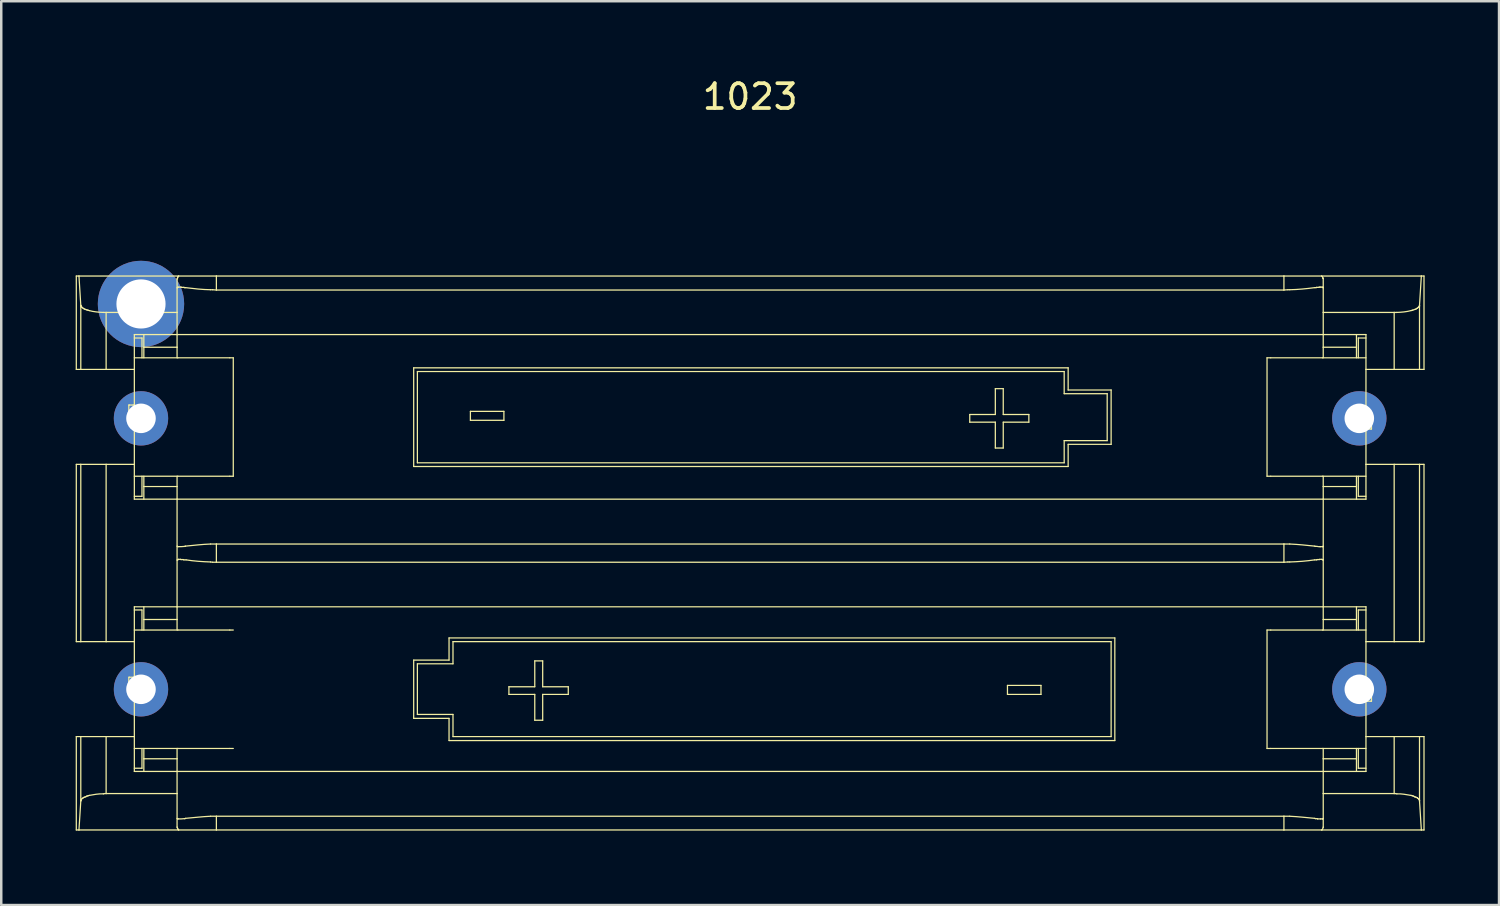
<source format=kicad_pcb>
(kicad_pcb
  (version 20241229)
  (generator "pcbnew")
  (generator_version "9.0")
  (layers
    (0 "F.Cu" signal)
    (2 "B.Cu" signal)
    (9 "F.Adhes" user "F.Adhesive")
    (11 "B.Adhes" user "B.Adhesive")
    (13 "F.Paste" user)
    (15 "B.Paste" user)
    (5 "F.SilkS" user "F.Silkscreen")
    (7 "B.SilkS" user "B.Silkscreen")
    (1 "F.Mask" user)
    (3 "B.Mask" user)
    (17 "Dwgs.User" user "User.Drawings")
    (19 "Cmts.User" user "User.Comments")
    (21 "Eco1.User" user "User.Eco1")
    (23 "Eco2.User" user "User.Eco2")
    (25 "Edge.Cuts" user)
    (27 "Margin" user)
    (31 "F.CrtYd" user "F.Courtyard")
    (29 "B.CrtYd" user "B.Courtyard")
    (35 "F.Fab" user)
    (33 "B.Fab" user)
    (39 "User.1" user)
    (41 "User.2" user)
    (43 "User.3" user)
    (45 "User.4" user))
  (footprint "1023"
    (layer "F.Cu")
    (at 27.182 13.81)
    (property "Reference" "1023" (at 0 -12.962 0) (layer "F.SilkS") (effects (font (size 1 1) (thickness 0.15))))
    (attr through_hole)
    (fp_line (start -27.157 12.826) (end -26.976 12.826) (stroke (width 0.05) (type solid)) (layer "F.SilkS"))
    (fp_line (start -27.157 16.589) (end -27.157 12.826) (stroke (width 0.05) (type solid)) (layer "F.SilkS"))
    (fp_line (start -27.157 -5.736) (end -27.05 -5.736) (stroke (width 0.05) (type solid)) (layer "F.SilkS"))
    (fp_line (start -27.157 -1.973) (end -27.157 -5.736) (stroke (width 0.05) (type solid)) (layer "F.SilkS"))
    (fp_line (start -27.157 -1.973) (end -26.976 -1.973) (stroke (width 0.05) (type solid)) (layer "F.SilkS"))
    (fp_line (start -27.157 1.855) (end -27.157 8.999) (stroke (width 0.05) (type solid)) (layer "F.SilkS"))
    (fp_line (start -27.157 8.999) (end -26.976 8.999) (stroke (width 0.05) (type solid)) (layer "F.SilkS"))
    (fp_line (start -27.05 16.589) (end -27.157 16.589) (stroke (width 0.05) (type solid)) (layer "F.SilkS"))
    (fp_line (start -27.05 -5.736) (end -26.976 -4.556) (stroke (width 0.05) (type solid)) (layer "F.SilkS"))
    (fp_line (start -27.05 -5.736) (end -23.032 -5.736) (stroke (width 0.05) (type solid)) (layer "F.SilkS"))
    (fp_line (start -26.976 -4.556) (end -26.976 -4.545) (stroke (width 0.05) (type solid)) (layer "F.SilkS"))
    (fp_line (start -26.976 -4.545) (end -26.965 -4.524) (stroke (width 0.05) (type solid)) (layer "F.SilkS"))
    (fp_line (start -26.976 -1.973) (end -26.976 -4.556) (stroke (width 0.05) (type solid)) (layer "F.SilkS"))
    (fp_line (start -26.976 1.855) (end -25.955 1.855) (stroke (width 0.05) (type solid)) (layer "F.SilkS"))
    (fp_line (start -26.976 8.999) (end -26.976 1.855) (stroke (width 0.05) (type solid)) (layer "F.SilkS"))
    (fp_line (start -26.976 12.826) (end -25.955 12.826) (stroke (width 0.05) (type solid)) (layer "F.SilkS"))
    (fp_line (start -26.976 15.398) (end -26.976 15.42) (stroke (width 0.05) (type solid)) (layer "F.SilkS"))
    (fp_line (start -26.976 15.42) (end -27.05 16.589) (stroke (width 0.05) (type solid)) (layer "F.SilkS"))
    (fp_line (start -26.976 15.42) (end -26.976 12.826) (stroke (width 0.05) (type solid)) (layer "F.SilkS"))
    (fp_line (start -26.976 1.855) (end -27.157 1.855) (stroke (width 0.05) (type solid)) (layer "F.SilkS"))
    (fp_line (start -26.965 -4.524) (end -26.965 -4.513) (stroke (width 0.05) (type solid)) (layer "F.SilkS"))
    (fp_line (start -26.965 -4.513) (end -26.955 -4.492) (stroke (width 0.05) (type solid)) (layer "F.SilkS"))
    (fp_line (start -26.965 15.367) (end -26.965 15.388) (stroke (width 0.05) (type solid)) (layer "F.SilkS"))
    (fp_line (start -26.965 15.388) (end -26.976 15.398) (stroke (width 0.05) (type solid)) (layer "F.SilkS"))
    (fp_line (start -26.955 -4.492) (end -26.933 -4.481) (stroke (width 0.05) (type solid)) (layer "F.SilkS"))
    (fp_line (start -26.933 -4.481) (end -26.902 -4.45) (stroke (width 0.05) (type solid)) (layer "F.SilkS"))
    (fp_line (start -26.923 15.324) (end -26.965 15.367) (stroke (width 0.05) (type solid)) (layer "F.SilkS"))
    (fp_line (start -26.902 -4.45) (end -26.859 -4.428) (stroke (width 0.05) (type solid)) (layer "F.SilkS"))
    (fp_line (start -26.902 15.313) (end -26.923 15.324) (stroke (width 0.05) (type solid)) (layer "F.SilkS"))
    (fp_line (start -26.88 15.292) (end -26.902 15.313) (stroke (width 0.05) (type solid)) (layer "F.SilkS"))
    (fp_line (start -26.859 -4.428) (end -26.838 -4.407) (stroke (width 0.05) (type solid)) (layer "F.SilkS"))
    (fp_line (start -26.859 15.281) (end -26.88 15.292) (stroke (width 0.05) (type solid)) (layer "F.SilkS"))
    (fp_line (start -26.838 -4.407) (end -26.806 -4.396) (stroke (width 0.05) (type solid)) (layer "F.SilkS"))
    (fp_line (start -26.838 15.271) (end -26.859 15.281) (stroke (width 0.05) (type solid)) (layer "F.SilkS"))
    (fp_line (start -26.806 -4.396) (end -26.774 -4.386) (stroke (width 0.05) (type solid)) (layer "F.SilkS"))
    (fp_line (start -26.806 15.26) (end -26.838 15.271) (stroke (width 0.05) (type solid)) (layer "F.SilkS"))
    (fp_line (start -26.774 -4.386) (end -26.742 -4.375) (stroke (width 0.05) (type solid)) (layer "F.SilkS"))
    (fp_line (start -26.774 15.25) (end -26.806 15.26) (stroke (width 0.05) (type solid)) (layer "F.SilkS"))
    (fp_line (start -26.742 -4.375) (end -26.71 -4.364) (stroke (width 0.05) (type solid)) (layer "F.SilkS"))
    (fp_line (start -26.742 15.228) (end -26.774 15.25) (stroke (width 0.05) (type solid)) (layer "F.SilkS"))
    (fp_line (start -26.71 -4.364) (end -26.668 -4.354) (stroke (width 0.05) (type solid)) (layer "F.SilkS"))
    (fp_line (start -26.71 15.218) (end -26.742 15.228) (stroke (width 0.05) (type solid)) (layer "F.SilkS"))
    (fp_line (start -26.668 -4.354) (end -26.636 -4.343) (stroke (width 0.05) (type solid)) (layer "F.SilkS"))
    (fp_line (start -26.668 15.207) (end -26.71 15.218) (stroke (width 0.05) (type solid)) (layer "F.SilkS"))
    (fp_line (start -26.636 15.196) (end -26.668 15.207) (stroke (width 0.05) (type solid)) (layer "F.SilkS"))
    (fp_line (start -26.062 -4.269) (end -25.955 -4.269) (stroke (width 0.05) (type solid)) (layer "F.SilkS"))
    (fp_line (start -26.009 15.122) (end -26.062 15.133) (stroke (width 0.05) (type solid)) (layer "F.SilkS"))
    (fp_line (start -25.955 -4.269) (end -25.955 -1.973) (stroke (width 0.05) (type solid)) (layer "F.SilkS"))
    (fp_line (start -25.955 -1.973) (end -26.976 -1.973) (stroke (width 0.05) (type solid)) (layer "F.SilkS"))
    (fp_line (start -25.955 15.122) (end -23.096 15.122) (stroke (width 0.05) (type solid)) (layer "F.SilkS"))
    (fp_line (start -25.955 -4.269) (end -23.096 -4.269) (stroke (width 0.05) (type solid)) (layer "F.SilkS"))
    (fp_line (start -25.955 1.855) (end -25.955 8.999) (stroke (width 0.05) (type solid)) (layer "F.SilkS"))
    (fp_line (start -25.955 8.999) (end -26.976 8.999) (stroke (width 0.05) (type solid)) (layer "F.SilkS"))
    (fp_line (start -25.955 12.826) (end -25.955 15.122) (stroke (width 0.05) (type solid)) (layer "F.SilkS"))
    (fp_line (start -25.955 15.122) (end -26.009 15.122) (stroke (width 0.05) (type solid)) (layer "F.SilkS"))
    (fp_line (start -25.041 -0.537) (end -25.041 -0.059) (stroke (width 0.05) (type solid)) (layer "F.SilkS"))
    (fp_line (start -25.041 10.434) (end -25.041 10.902) (stroke (width 0.05) (type solid)) (layer "F.SilkS"))
    (fp_line (start -25.02 -0.537) (end -25.031 -0.537) (stroke (width 0.05) (type solid)) (layer "F.SilkS"))
    (fp_line (start -25.02 -0.059) (end -25.031 -0.059) (stroke (width 0.05) (type solid)) (layer "F.SilkS"))
    (fp_line (start -25.02 10.434) (end -25.031 10.434) (stroke (width 0.05) (type solid)) (layer "F.SilkS"))
    (fp_line (start -25.02 10.902) (end -25.031 10.902) (stroke (width 0.05) (type solid)) (layer "F.SilkS"))
    (fp_line (start -24.818 8.531) (end -23.064 8.531) (stroke (width 0.05) (type solid)) (layer "F.SilkS"))
    (fp_line (start -24.818 8.999) (end -24.818 12.826) (stroke (width 0.05) (type solid)) (layer "F.SilkS"))
    (fp_line (start -24.818 -3.376) (end -23.096 -3.376) (stroke (width 0.05) (type solid)) (layer "F.SilkS"))
    (fp_line (start -24.818 -3.238) (end -24.51 -3.238) (stroke (width 0.05) (type solid)) (layer "F.SilkS"))
    (fp_line (start -24.818 -2.44) (end -23.064 -2.44) (stroke (width 0.05) (type solid)) (layer "F.SilkS"))
    (fp_line (start -24.818 -1.973) (end -25.955 -1.973) (stroke (width 0.05) (type solid)) (layer "F.SilkS"))
    (fp_line (start -24.818 -1.973) (end -24.818 -3.376) (stroke (width 0.05) (type solid)) (layer "F.SilkS"))
    (fp_line (start -24.818 -1.973) (end -24.818 1.855) (stroke (width 0.05) (type solid)) (layer "F.SilkS"))
    (fp_line (start -24.818 -0.537) (end -24.86 -0.537) (stroke (width 0.05) (type solid)) (layer "F.SilkS"))
    (fp_line (start -24.818 -0.059) (end -24.86 -0.059) (stroke (width 0.05) (type solid)) (layer "F.SilkS"))
    (fp_line (start -24.818 1.855) (end -25.955 1.855) (stroke (width 0.05) (type solid)) (layer "F.SilkS"))
    (fp_line (start -24.818 1.855) (end -24.818 3.258) (stroke (width 0.05) (type solid)) (layer "F.SilkS"))
    (fp_line (start -24.818 3.141) (end -24.51 3.141) (stroke (width 0.05) (type solid)) (layer "F.SilkS"))
    (fp_line (start -24.818 3.258) (end -23.096 3.258) (stroke (width 0.05) (type solid)) (layer "F.SilkS"))
    (fp_line (start -24.818 7.595) (end -23.096 7.595) (stroke (width 0.05) (type solid)) (layer "F.SilkS"))
    (fp_line (start -24.818 7.723) (end -24.51 7.723) (stroke (width 0.05) (type solid)) (layer "F.SilkS"))
    (fp_line (start -24.818 8.999) (end -25.955 8.999) (stroke (width 0.05) (type solid)) (layer "F.SilkS"))
    (fp_line (start -24.818 8.999) (end -24.818 7.595) (stroke (width 0.05) (type solid)) (layer "F.SilkS"))
    (fp_line (start -24.818 10.434) (end -24.86 10.434) (stroke (width 0.05) (type solid)) (layer "F.SilkS"))
    (fp_line (start -24.818 10.902) (end -24.86 10.902) (stroke (width 0.05) (type solid)) (layer "F.SilkS"))
    (fp_line (start -24.818 12.826) (end -25.955 12.826) (stroke (width 0.05) (type solid)) (layer "F.SilkS"))
    (fp_line (start -24.818 14.101) (end -24.51 14.101) (stroke (width 0.05) (type solid)) (layer "F.SilkS"))
    (fp_line (start -24.818 14.229) (end -24.818 12.826) (stroke (width 0.05) (type solid)) (layer "F.SilkS"))
    (fp_line (start -24.51 -3.238) (end -24.51 -2.44) (stroke (width 0.05) (type solid)) (layer "F.SilkS"))
    (fp_line (start -24.51 3.141) (end -24.51 2.333) (stroke (width 0.05) (type solid)) (layer "F.SilkS"))
    (fp_line (start -24.51 7.723) (end -24.51 8.531) (stroke (width 0.05) (type solid)) (layer "F.SilkS"))
    (fp_line (start -24.51 14.101) (end -24.51 13.304) (stroke (width 0.05) (type solid)) (layer "F.SilkS"))
    (fp_line (start -24.435 -3.376) (end -24.435 -2.866) (stroke (width 0.05) (type solid)) (layer "F.SilkS"))
    (fp_line (start -24.435 -2.866) (end -24.435 -2.44) (stroke (width 0.05) (type solid)) (layer "F.SilkS"))
    (fp_line (start -24.435 -2.866) (end -23.096 -2.866) (stroke (width 0.05) (type solid)) (layer "F.SilkS"))
    (fp_line (start -24.435 2.333) (end -24.435 2.748) (stroke (width 0.05) (type solid)) (layer "F.SilkS"))
    (fp_line (start -24.435 2.748) (end -24.435 3.258) (stroke (width 0.05) (type solid)) (layer "F.SilkS"))
    (fp_line (start -24.435 8.106) (end -24.435 8.531) (stroke (width 0.05) (type solid)) (layer "F.SilkS"))
    (fp_line (start -24.435 8.106) (end -24.435 7.595) (stroke (width 0.05) (type solid)) (layer "F.SilkS"))
    (fp_line (start -24.435 13.304) (end -24.435 13.719) (stroke (width 0.05) (type solid)) (layer "F.SilkS"))
    (fp_line (start -24.435 13.719) (end -24.435 14.229) (stroke (width 0.05) (type solid)) (layer "F.SilkS"))
    (fp_line (start -23.096 -5.608) (end -23.096 -4.269) (stroke (width 0.05) (type solid)) (layer "F.SilkS"))
    (fp_line (start -23.096 -3.376) (end 23.096 -3.376) (stroke (width 0.05) (type solid)) (layer "F.SilkS"))
    (fp_line (start -23.096 3.258) (end 23.096 3.258) (stroke (width 0.05) (type solid)) (layer "F.SilkS"))
    (fp_line (start -23.096 5.15) (end -23.085 5.161) (stroke (width 0.05) (type solid)) (layer "F.SilkS"))
    (fp_line (start -23.096 7.595) (end 23.096 7.595) (stroke (width 0.05) (type solid)) (layer "F.SilkS"))
    (fp_line (start -23.096 14.229) (end 23.096 14.229) (stroke (width 0.05) (type solid)) (layer "F.SilkS"))
    (fp_line (start -23.096 16.121) (end -23.085 16.132) (stroke (width 0.05) (type solid)) (layer "F.SilkS"))
    (fp_line (start -23.096 -4.269) (end -23.096 -3.376) (stroke (width 0.05) (type solid)) (layer "F.SilkS"))
    (fp_line (start -23.096 -2.866) (end -23.096 -2.44) (stroke (width 0.05) (type solid)) (layer "F.SilkS"))
    (fp_line (start -23.096 -2.866) (end -23.096 -3.376) (stroke (width 0.05) (type solid)) (layer "F.SilkS"))
    (fp_line (start -23.096 2.333) (end -23.096 2.748) (stroke (width 0.05) (type solid)) (layer "F.SilkS"))
    (fp_line (start -23.096 2.748) (end -24.435 2.748) (stroke (width 0.05) (type solid)) (layer "F.SilkS"))
    (fp_line (start -23.096 3.258) (end -23.096 2.748) (stroke (width 0.05) (type solid)) (layer "F.SilkS"))
    (fp_line (start -23.096 3.258) (end -23.096 7.595) (stroke (width 0.05) (type solid)) (layer "F.SilkS"))
    (fp_line (start -23.096 7.595) (end -23.096 8.106) (stroke (width 0.05) (type solid)) (layer "F.SilkS"))
    (fp_line (start -23.096 8.106) (end -23.096 8.531) (stroke (width 0.05) (type solid)) (layer "F.SilkS"))
    (fp_line (start -23.096 8.106) (end -24.435 8.106) (stroke (width 0.05) (type solid)) (layer "F.SilkS"))
    (fp_line (start -23.096 13.304) (end -23.096 13.719) (stroke (width 0.05) (type solid)) (layer "F.SilkS"))
    (fp_line (start -23.096 13.719) (end -24.435 13.719) (stroke (width 0.05) (type solid)) (layer "F.SilkS"))
    (fp_line (start -23.096 13.719) (end -23.096 14.229) (stroke (width 0.05) (type solid)) (layer "F.SilkS"))
    (fp_line (start -23.096 14.229) (end -24.818 14.229) (stroke (width 0.05) (type solid)) (layer "F.SilkS"))
    (fp_line (start -23.096 14.229) (end -23.096 15.122) (stroke (width 0.05) (type solid)) (layer "F.SilkS"))
    (fp_line (start -23.096 15.122) (end -23.096 16.472) (stroke (width 0.05) (type solid)) (layer "F.SilkS"))
    (fp_line (start -23.096 16.472) (end -23.085 16.483) (stroke (width 0.05) (type solid)) (layer "F.SilkS"))
    (fp_line (start -23.085 -5.64) (end -23.085 -5.63) (stroke (width 0.05) (type solid)) (layer "F.SilkS"))
    (fp_line (start -23.085 -5.63) (end -23.096 -5.608) (stroke (width 0.05) (type solid)) (layer "F.SilkS"))
    (fp_line (start -23.085 -5.268) (end -23.096 -5.257) (stroke (width 0.05) (type solid)) (layer "F.SilkS"))
    (fp_line (start -23.085 5.161) (end -23.074 5.161) (stroke (width 0.05) (type solid)) (layer "F.SilkS"))
    (fp_line (start -23.085 5.703) (end -23.096 5.714) (stroke (width 0.05) (type solid)) (layer "F.SilkS"))
    (fp_line (start -23.085 16.132) (end -23.074 16.132) (stroke (width 0.05) (type solid)) (layer "F.SilkS"))
    (fp_line (start -23.085 16.483) (end -23.085 16.504) (stroke (width 0.05) (type solid)) (layer "F.SilkS"))
    (fp_line (start -23.085 16.504) (end -23.074 16.525) (stroke (width 0.05) (type solid)) (layer "F.SilkS"))
    (fp_line (start -23.074 -5.683) (end -23.074 -5.661) (stroke (width 0.05) (type solid)) (layer "F.SilkS"))
    (fp_line (start -23.074 -5.661) (end -23.085 -5.64) (stroke (width 0.05) (type solid)) (layer "F.SilkS"))
    (fp_line (start -23.074 -5.279) (end -23.085 -5.268) (stroke (width 0.05) (type solid)) (layer "F.SilkS"))
    (fp_line (start -23.074 5.161) (end -23.074 5.171) (stroke (width 0.05) (type solid)) (layer "F.SilkS"))
    (fp_line (start -23.074 5.171) (end -23.053 5.171) (stroke (width 0.05) (type solid)) (layer "F.SilkS"))
    (fp_line (start -23.074 5.692) (end -23.074 5.703) (stroke (width 0.05) (type solid)) (layer "F.SilkS"))
    (fp_line (start -23.074 5.703) (end -23.085 5.703) (stroke (width 0.05) (type solid)) (layer "F.SilkS"))
    (fp_line (start -23.074 16.132) (end -23.074 16.143) (stroke (width 0.05) (type solid)) (layer "F.SilkS"))
    (fp_line (start -23.074 16.143) (end -23.053 16.143) (stroke (width 0.05) (type solid)) (layer "F.SilkS"))
    (fp_line (start -23.074 16.525) (end -23.074 16.536) (stroke (width 0.05) (type solid)) (layer "F.SilkS"))
    (fp_line (start -23.074 16.536) (end -23.064 16.557) (stroke (width 0.05) (type solid)) (layer "F.SilkS"))
    (fp_line (start -23.064 13.304) (end -24.818 13.304) (stroke (width 0.05) (type solid)) (layer "F.SilkS"))
    (fp_line (start -23.064 -5.704) (end -23.074 -5.683) (stroke (width 0.05) (type solid)) (layer "F.SilkS"))
    (fp_line (start -23.064 -5.279) (end -23.074 -5.279) (stroke (width 0.05) (type solid)) (layer "F.SilkS"))
    (fp_line (start -23.064 -2.44) (end -20.97 -2.44) (stroke (width 0.05) (type solid)) (layer "F.SilkS"))
    (fp_line (start -23.064 2.333) (end -24.818 2.333) (stroke (width 0.05) (type solid)) (layer "F.SilkS"))
    (fp_line (start -23.064 8.531) (end -20.97 8.531) (stroke (width 0.05) (type solid)) (layer "F.SilkS"))
    (fp_line (start -23.064 16.557) (end -23.043 16.578) (stroke (width 0.05) (type solid)) (layer "F.SilkS"))
    (fp_line (start -23.053 -5.289) (end -23.064 -5.279) (stroke (width 0.05) (type solid)) (layer "F.SilkS"))
    (fp_line (start -23.053 5.692) (end -23.074 5.692) (stroke (width 0.05) (type solid)) (layer "F.SilkS"))
    (fp_line (start -23.043 5.682) (end -23.053 5.692) (stroke (width 0.05) (type solid)) (layer "F.SilkS"))
    (fp_line (start -23.043 -5.715) (end -23.064 -5.704) (stroke (width 0.05) (type solid)) (layer "F.SilkS"))
    (fp_line (start -23.043 16.578) (end -23.032 16.589) (stroke (width 0.05) (type solid)) (layer "F.SilkS"))
    (fp_line (start -23.032 -5.736) (end -23.043 -5.715) (stroke (width 0.05) (type solid)) (layer "F.SilkS"))
    (fp_line (start -23.032 -5.736) (end -21.512 -5.736) (stroke (width 0.05) (type solid)) (layer "F.SilkS"))
    (fp_line (start -23.032 16.589) (end -27.05 16.589) (stroke (width 0.05) (type solid)) (layer "F.SilkS"))
    (fp_line (start -22.936 -5.289) (end -23.053 -5.289) (stroke (width 0.05) (type solid)) (layer "F.SilkS"))
    (fp_line (start -22.936 5.692) (end -22.958 5.682) (stroke (width 0.05) (type solid)) (layer "F.SilkS"))
    (fp_line (start -22.926 -5.279) (end -22.936 -5.289) (stroke (width 0.05) (type solid)) (layer "F.SilkS"))
    (fp_line (start -22.841 5.692) (end -22.936 5.692) (stroke (width 0.05) (type solid)) (layer "F.SilkS"))
    (fp_line (start -22.819 -5.279) (end -22.926 -5.279) (stroke (width 0.05) (type solid)) (layer "F.SilkS"))
    (fp_line (start -22.819 5.703) (end -22.841 5.692) (stroke (width 0.05) (type solid)) (layer "F.SilkS"))
    (fp_line (start -22.798 -5.268) (end -22.819 -5.279) (stroke (width 0.05) (type solid)) (layer "F.SilkS"))
    (fp_line (start -22.798 5.161) (end -22.777 5.161) (stroke (width 0.05) (type solid)) (layer "F.SilkS"))
    (fp_line (start -22.798 16.132) (end -22.777 16.132) (stroke (width 0.05) (type solid)) (layer "F.SilkS"))
    (fp_line (start -22.777 5.161) (end -22.756 5.15) (stroke (width 0.05) (type solid)) (layer "F.SilkS"))
    (fp_line (start -22.777 16.132) (end -22.756 16.121) (stroke (width 0.05) (type solid)) (layer "F.SilkS"))
    (fp_line (start -22.756 -5.268) (end -22.798 -5.268) (stroke (width 0.05) (type solid)) (layer "F.SilkS"))
    (fp_line (start -22.734 5.703) (end -22.819 5.703) (stroke (width 0.05) (type solid)) (layer "F.SilkS"))
    (fp_line (start -21.746 5.065) (end -21.512 5.065) (stroke (width 0.05) (type solid)) (layer "F.SilkS"))
    (fp_line (start -21.746 16.036) (end -21.512 16.036) (stroke (width 0.05) (type solid)) (layer "F.SilkS"))
    (fp_line (start -21.661 -5.183) (end -21.746 -5.183) (stroke (width 0.05) (type solid)) (layer "F.SilkS"))
    (fp_line (start -21.661 5.799) (end -21.746 5.788) (stroke (width 0.05) (type solid)) (layer "F.SilkS"))
    (fp_line (start -21.512 -5.736) (end 21.512 -5.736) (stroke (width 0.05) (type solid)) (layer "F.SilkS"))
    (fp_line (start -21.512 -5.172) (end -21.661 -5.183) (stroke (width 0.05) (type solid)) (layer "F.SilkS"))
    (fp_line (start -21.512 -5.172) (end 21.512 -5.172) (stroke (width 0.05) (type solid)) (layer "F.SilkS"))
    (fp_line (start -21.512 5.065) (end -21.512 5.799) (stroke (width 0.05) (type solid)) (layer "F.SilkS"))
    (fp_line (start -21.512 5.065) (end 21.512 5.065) (stroke (width 0.05) (type solid)) (layer "F.SilkS"))
    (fp_line (start -21.512 5.799) (end -21.661 5.799) (stroke (width 0.05) (type solid)) (layer "F.SilkS"))
    (fp_line (start -21.512 5.799) (end 21.512 5.799) (stroke (width 0.05) (type solid)) (layer "F.SilkS"))
    (fp_line (start -21.512 16.036) (end 21.512 16.036) (stroke (width 0.05) (type solid)) (layer "F.SilkS"))
    (fp_line (start -21.512 16.036) (end -21.512 16.589) (stroke (width 0.05) (type solid)) (layer "F.SilkS"))
    (fp_line (start -21.512 16.589) (end -23.032 16.589) (stroke (width 0.05) (type solid)) (layer "F.SilkS"))
    (fp_line (start -21.512 16.589) (end 21.512 16.589) (stroke (width 0.05) (type solid)) (layer "F.SilkS"))
    (fp_line (start -21.512 -5.736) (end -21.512 -5.172) (stroke (width 0.05) (type solid)) (layer "F.SilkS"))
    (fp_line (start -20.97 -2.44) (end -20.831 -2.44) (stroke (width 0.05) (type solid)) (layer "F.SilkS"))
    (fp_line (start -20.97 2.333) (end -23.064 2.333) (stroke (width 0.05) (type solid)) (layer "F.SilkS"))
    (fp_line (start -20.97 13.304) (end -23.064 13.304) (stroke (width 0.05) (type solid)) (layer "F.SilkS"))
    (fp_line (start -20.97 8.531) (end -20.831 8.531) (stroke (width 0.05) (type solid)) (layer "F.SilkS"))
    (fp_line (start -20.831 2.333) (end -20.97 2.333) (stroke (width 0.05) (type solid)) (layer "F.SilkS"))
    (fp_line (start -20.831 2.333) (end -20.831 -2.44) (stroke (width 0.05) (type solid)) (layer "F.SilkS"))
    (fp_line (start -20.831 13.304) (end -20.97 13.304) (stroke (width 0.05) (type solid)) (layer "F.SilkS"))
    (fp_line (start -13.56 -2.036) (end -13.56 1.94) (stroke (width 0.05) (type solid)) (layer "F.SilkS"))
    (fp_line (start -13.56 1.94) (end 12.816 1.94) (stroke (width 0.05) (type solid)) (layer "F.SilkS"))
    (fp_line (start -13.56 9.743) (end -13.56 12.092) (stroke (width 0.05) (type solid)) (layer "F.SilkS"))
    (fp_line (start -13.56 12.092) (end -12.135 12.092) (stroke (width 0.05) (type solid)) (layer "F.SilkS"))
    (fp_line (start -13.411 -1.887) (end 12.656 -1.887) (stroke (width 0.05) (type solid)) (layer "F.SilkS"))
    (fp_line (start -13.411 1.791) (end -13.411 -1.887) (stroke (width 0.05) (type solid)) (layer "F.SilkS"))
    (fp_line (start -13.411 9.892) (end -11.976 9.892) (stroke (width 0.05) (type solid)) (layer "F.SilkS"))
    (fp_line (start -13.411 11.933) (end -13.411 9.892) (stroke (width 0.05) (type solid)) (layer "F.SilkS"))
    (fp_line (start -12.135 8.85) (end -12.135 9.743) (stroke (width 0.05) (type solid)) (layer "F.SilkS"))
    (fp_line (start -12.135 9.743) (end -13.56 9.743) (stroke (width 0.05) (type solid)) (layer "F.SilkS"))
    (fp_line (start -12.135 12.092) (end -12.135 12.985) (stroke (width 0.05) (type solid)) (layer "F.SilkS"))
    (fp_line (start -12.135 12.985) (end 14.697 12.985) (stroke (width 0.05) (type solid)) (layer "F.SilkS"))
    (fp_line (start -11.976 8.999) (end 14.548 8.999) (stroke (width 0.05) (type solid)) (layer "F.SilkS"))
    (fp_line (start -11.976 9.892) (end -11.976 8.999) (stroke (width 0.05) (type solid)) (layer "F.SilkS"))
    (fp_line (start -11.976 11.933) (end -13.411 11.933) (stroke (width 0.05) (type solid)) (layer "F.SilkS"))
    (fp_line (start -11.976 12.826) (end -11.976 11.933) (stroke (width 0.05) (type solid)) (layer "F.SilkS"))
    (fp_line (start -11.274 -0.282) (end -11.274 0.079) (stroke (width 0.05) (type solid)) (layer "F.SilkS"))
    (fp_line (start -11.274 0.079) (end -9.924 0.079) (stroke (width 0.05) (type solid)) (layer "F.SilkS"))
    (fp_line (start -9.924 -0.282) (end -11.274 -0.282) (stroke (width 0.05) (type solid)) (layer "F.SilkS"))
    (fp_line (start -9.924 0.079) (end -9.924 -0.282) (stroke (width 0.05) (type solid)) (layer "F.SilkS"))
    (fp_line (start -9.722 10.817) (end -9.722 11.125) (stroke (width 0.05) (type solid)) (layer "F.SilkS"))
    (fp_line (start -9.722 11.125) (end -8.68 11.125) (stroke (width 0.05) (type solid)) (layer "F.SilkS"))
    (fp_line (start -8.68 9.775) (end -8.68 10.817) (stroke (width 0.05) (type solid)) (layer "F.SilkS"))
    (fp_line (start -8.68 10.817) (end -9.722 10.817) (stroke (width 0.05) (type solid)) (layer "F.SilkS"))
    (fp_line (start -8.68 11.125) (end -8.68 12.167) (stroke (width 0.05) (type solid)) (layer "F.SilkS"))
    (fp_line (start -8.68 12.167) (end -8.361 12.167) (stroke (width 0.05) (type solid)) (layer "F.SilkS"))
    (fp_line (start -8.361 9.775) (end -8.68 9.775) (stroke (width 0.05) (type solid)) (layer "F.SilkS"))
    (fp_line (start -8.361 10.817) (end -8.361 9.775) (stroke (width 0.05) (type solid)) (layer "F.SilkS"))
    (fp_line (start -8.361 11.125) (end -7.33 11.125) (stroke (width 0.05) (type solid)) (layer "F.SilkS"))
    (fp_line (start -8.361 12.167) (end -8.361 11.125) (stroke (width 0.05) (type solid)) (layer "F.SilkS"))
    (fp_line (start -7.33 10.817) (end -8.361 10.817) (stroke (width 0.05) (type solid)) (layer "F.SilkS"))
    (fp_line (start -7.33 11.125) (end -7.33 10.817) (stroke (width 0.05) (type solid)) (layer "F.SilkS"))
    (fp_line (start 8.85 -0.155) (end 8.85 0.154) (stroke (width 0.05) (type solid)) (layer "F.SilkS"))
    (fp_line (start 8.85 0.154) (end 9.881 0.154) (stroke (width 0.05) (type solid)) (layer "F.SilkS"))
    (fp_line (start 9.881 -1.196) (end 9.881 -0.155) (stroke (width 0.05) (type solid)) (layer "F.SilkS"))
    (fp_line (start 9.881 -0.155) (end 8.85 -0.155) (stroke (width 0.05) (type solid)) (layer "F.SilkS"))
    (fp_line (start 9.881 0.154) (end 9.881 1.196) (stroke (width 0.05) (type solid)) (layer "F.SilkS"))
    (fp_line (start 9.881 1.196) (end 10.2 1.196) (stroke (width 0.05) (type solid)) (layer "F.SilkS"))
    (fp_line (start 10.2 -1.196) (end 9.881 -1.196) (stroke (width 0.05) (type solid)) (layer "F.SilkS"))
    (fp_line (start 10.2 -0.155) (end 10.2 -1.196) (stroke (width 0.05) (type solid)) (layer "F.SilkS"))
    (fp_line (start 10.2 0.154) (end 11.232 0.154) (stroke (width 0.05) (type solid)) (layer "F.SilkS"))
    (fp_line (start 10.2 1.196) (end 10.2 0.154) (stroke (width 0.05) (type solid)) (layer "F.SilkS"))
    (fp_line (start 10.37 10.763) (end 10.37 11.125) (stroke (width 0.05) (type solid)) (layer "F.SilkS"))
    (fp_line (start 10.37 11.125) (end 11.721 11.125) (stroke (width 0.05) (type solid)) (layer "F.SilkS"))
    (fp_line (start 11.232 -0.155) (end 10.2 -0.155) (stroke (width 0.05) (type solid)) (layer "F.SilkS"))
    (fp_line (start 11.232 0.154) (end 11.232 -0.155) (stroke (width 0.05) (type solid)) (layer "F.SilkS"))
    (fp_line (start 11.721 10.763) (end 10.37 10.763) (stroke (width 0.05) (type solid)) (layer "F.SilkS"))
    (fp_line (start 11.721 11.125) (end 11.721 10.763) (stroke (width 0.05) (type solid)) (layer "F.SilkS"))
    (fp_line (start 12.656 -1.887) (end 12.656 -0.994) (stroke (width 0.05) (type solid)) (layer "F.SilkS"))
    (fp_line (start 12.656 -0.994) (end 14.389 -0.994) (stroke (width 0.05) (type solid)) (layer "F.SilkS"))
    (fp_line (start 12.656 0.898) (end 12.656 1.791) (stroke (width 0.05) (type solid)) (layer "F.SilkS"))
    (fp_line (start 12.656 1.791) (end -13.411 1.791) (stroke (width 0.05) (type solid)) (layer "F.SilkS"))
    (fp_line (start 12.816 -2.036) (end -13.56 -2.036) (stroke (width 0.05) (type solid)) (layer "F.SilkS"))
    (fp_line (start 12.816 -1.143) (end 12.816 -2.036) (stroke (width 0.05) (type solid)) (layer "F.SilkS"))
    (fp_line (start 12.816 1.047) (end 14.548 1.047) (stroke (width 0.05) (type solid)) (layer "F.SilkS"))
    (fp_line (start 12.816 1.94) (end 12.816 1.047) (stroke (width 0.05) (type solid)) (layer "F.SilkS"))
    (fp_line (start 14.389 -0.994) (end 14.389 0.898) (stroke (width 0.05) (type solid)) (layer "F.SilkS"))
    (fp_line (start 14.389 0.898) (end 12.656 0.898) (stroke (width 0.05) (type solid)) (layer "F.SilkS"))
    (fp_line (start 14.548 -1.143) (end 12.816 -1.143) (stroke (width 0.05) (type solid)) (layer "F.SilkS"))
    (fp_line (start 14.548 1.047) (end 14.548 -1.143) (stroke (width 0.05) (type solid)) (layer "F.SilkS"))
    (fp_line (start 14.548 12.826) (end -11.976 12.826) (stroke (width 0.05) (type solid)) (layer "F.SilkS"))
    (fp_line (start 14.548 12.826) (end 14.548 8.999) (stroke (width 0.05) (type solid)) (layer "F.SilkS"))
    (fp_line (start 14.697 8.85) (end -12.135 8.85) (stroke (width 0.05) (type solid)) (layer "F.SilkS"))
    (fp_line (start 14.697 12.985) (end 14.697 8.85) (stroke (width 0.05) (type solid)) (layer "F.SilkS"))
    (fp_line (start 20.831 -2.44) (end 20.98 -2.44) (stroke (width 0.05) (type solid)) (layer "F.SilkS"))
    (fp_line (start 20.831 8.531) (end 20.98 8.531) (stroke (width 0.05) (type solid)) (layer "F.SilkS"))
    (fp_line (start 20.831 -2.44) (end 20.831 2.333) (stroke (width 0.05) (type solid)) (layer "F.SilkS"))
    (fp_line (start 20.831 8.531) (end 20.831 13.304) (stroke (width 0.05) (type solid)) (layer "F.SilkS"))
    (fp_line (start 20.98 -2.44) (end 23.064 -2.44) (stroke (width 0.05) (type solid)) (layer "F.SilkS"))
    (fp_line (start 20.98 2.333) (end 20.831 2.333) (stroke (width 0.05) (type solid)) (layer "F.SilkS"))
    (fp_line (start 20.98 8.531) (end 23.064 8.531) (stroke (width 0.05) (type solid)) (layer "F.SilkS"))
    (fp_line (start 20.98 13.304) (end 20.831 13.304) (stroke (width 0.05) (type solid)) (layer "F.SilkS"))
    (fp_line (start 21.512 -5.736) (end 23.032 -5.736) (stroke (width 0.05) (type solid)) (layer "F.SilkS"))
    (fp_line (start 21.512 -5.172) (end 21.512 -5.736) (stroke (width 0.05) (type solid)) (layer "F.SilkS"))
    (fp_line (start 21.512 5.065) (end 21.746 5.065) (stroke (width 0.05) (type solid)) (layer "F.SilkS"))
    (fp_line (start 21.512 5.799) (end 21.512 5.065) (stroke (width 0.05) (type solid)) (layer "F.SilkS"))
    (fp_line (start 21.512 16.036) (end 21.746 16.036) (stroke (width 0.05) (type solid)) (layer "F.SilkS"))
    (fp_line (start 21.512 16.589) (end 21.512 16.036) (stroke (width 0.05) (type solid)) (layer "F.SilkS"))
    (fp_line (start 21.671 -5.183) (end 21.512 -5.172) (stroke (width 0.05) (type solid)) (layer "F.SilkS"))
    (fp_line (start 21.671 5.788) (end 21.512 5.799) (stroke (width 0.05) (type solid)) (layer "F.SilkS"))
    (fp_line (start 21.746 -5.183) (end 21.671 -5.183) (stroke (width 0.05) (type solid)) (layer "F.SilkS"))
    (fp_line (start 21.746 5.788) (end 21.671 5.788) (stroke (width 0.05) (type solid)) (layer "F.SilkS"))
    (fp_line (start 22.756 5.15) (end 22.777 5.161) (stroke (width 0.05) (type solid)) (layer "F.SilkS"))
    (fp_line (start 22.756 16.121) (end 22.777 16.132) (stroke (width 0.05) (type solid)) (layer "F.SilkS"))
    (fp_line (start 22.777 5.161) (end 22.83 5.161) (stroke (width 0.05) (type solid)) (layer "F.SilkS"))
    (fp_line (start 22.777 16.132) (end 22.851 16.132) (stroke (width 0.05) (type solid)) (layer "F.SilkS"))
    (fp_line (start 22.809 -5.268) (end 22.756 -5.268) (stroke (width 0.05) (type solid)) (layer "F.SilkS"))
    (fp_line (start 22.83 -5.279) (end 22.809 -5.268) (stroke (width 0.05) (type solid)) (layer "F.SilkS"))
    (fp_line (start 22.83 5.703) (end 22.756 5.703) (stroke (width 0.05) (type solid)) (layer "F.SilkS"))
    (fp_line (start 22.851 5.692) (end 22.83 5.703) (stroke (width 0.05) (type solid)) (layer "F.SilkS"))
    (fp_line (start 22.851 16.132) (end 22.872 16.143) (stroke (width 0.05) (type solid)) (layer "F.SilkS"))
    (fp_line (start 22.872 16.143) (end 22.989 16.143) (stroke (width 0.05) (type solid)) (layer "F.SilkS"))
    (fp_line (start 22.926 -5.279) (end 22.83 -5.279) (stroke (width 0.05) (type solid)) (layer "F.SilkS"))
    (fp_line (start 22.936 -5.289) (end 22.926 -5.279) (stroke (width 0.05) (type solid)) (layer "F.SilkS"))
    (fp_line (start 22.936 5.692) (end 22.851 5.692) (stroke (width 0.05) (type solid)) (layer "F.SilkS"))
    (fp_line (start 22.958 5.171) (end 22.989 5.171) (stroke (width 0.05) (type solid)) (layer "F.SilkS"))
    (fp_line (start 22.958 5.682) (end 22.936 5.692) (stroke (width 0.05) (type solid)) (layer "F.SilkS"))
    (fp_line (start 22.989 -5.289) (end 22.936 -5.289) (stroke (width 0.05) (type solid)) (layer "F.SilkS"))
    (fp_line (start 23.032 -5.736) (end 27.05 -5.736) (stroke (width 0.05) (type solid)) (layer "F.SilkS"))
    (fp_line (start 23.032 16.589) (end 21.512 16.589) (stroke (width 0.05) (type solid)) (layer "F.SilkS"))
    (fp_line (start 23.032 16.589) (end 23.053 16.578) (stroke (width 0.05) (type solid)) (layer "F.SilkS"))
    (fp_line (start 23.043 5.682) (end 22.958 5.682) (stroke (width 0.05) (type solid)) (layer "F.SilkS"))
    (fp_line (start 23.053 5.692) (end 23.043 5.682) (stroke (width 0.05) (type solid)) (layer "F.SilkS"))
    (fp_line (start 23.064 2.333) (end 20.98 2.333) (stroke (width 0.05) (type solid)) (layer "F.SilkS"))
    (fp_line (start 23.064 13.304) (end 20.98 13.304) (stroke (width 0.05) (type solid)) (layer "F.SilkS"))
    (fp_line (start 23.064 8.531) (end 24.818 8.531) (stroke (width 0.05) (type solid)) (layer "F.SilkS"))
    (fp_line (start 23.064 -5.704) (end 23.032 -5.736) (stroke (width 0.05) (type solid)) (layer "F.SilkS"))
    (fp_line (start 23.064 -5.279) (end 23.053 -5.289) (stroke (width 0.05) (type solid)) (layer "F.SilkS"))
    (fp_line (start 23.064 -2.44) (end 24.818 -2.44) (stroke (width 0.05) (type solid)) (layer "F.SilkS"))
    (fp_line (start 23.064 5.171) (end 23.074 5.171) (stroke (width 0.05) (type solid)) (layer "F.SilkS"))
    (fp_line (start 23.064 16.143) (end 23.074 16.143) (stroke (width 0.05) (type solid)) (layer "F.SilkS"))
    (fp_line (start 23.074 5.171) (end 23.085 5.161) (stroke (width 0.05) (type solid)) (layer "F.SilkS"))
    (fp_line (start 23.074 16.143) (end 23.096 16.121) (stroke (width 0.05) (type solid)) (layer "F.SilkS"))
    (fp_line (start 23.085 -5.661) (end 23.064 -5.704) (stroke (width 0.05) (type solid)) (layer "F.SilkS"))
    (fp_line (start 23.085 -5.64) (end 23.085 -5.661) (stroke (width 0.05) (type solid)) (layer "F.SilkS"))
    (fp_line (start 23.085 -5.279) (end 23.064 -5.279) (stroke (width 0.05) (type solid)) (layer "F.SilkS"))
    (fp_line (start 23.085 -5.268) (end 23.085 -5.279) (stroke (width 0.05) (type solid)) (layer "F.SilkS"))
    (fp_line (start 23.085 5.161) (end 23.096 5.15) (stroke (width 0.05) (type solid)) (layer "F.SilkS"))
    (fp_line (start 23.085 5.692) (end 23.053 5.692) (stroke (width 0.05) (type solid)) (layer "F.SilkS"))
    (fp_line (start 23.085 5.703) (end 23.085 5.692) (stroke (width 0.05) (type solid)) (layer "F.SilkS"))
    (fp_line (start 23.096 3.258) (end 24.818 3.258) (stroke (width 0.05) (type solid)) (layer "F.SilkS"))
    (fp_line (start 23.096 -5.63) (end 23.085 -5.64) (stroke (width 0.05) (type solid)) (layer "F.SilkS"))
    (fp_line (start 23.096 -5.257) (end 23.085 -5.268) (stroke (width 0.05) (type solid)) (layer "F.SilkS"))
    (fp_line (start 23.096 -4.269) (end 23.096 -5.63) (stroke (width 0.05) (type solid)) (layer "F.SilkS"))
    (fp_line (start 23.096 -4.269) (end 23.096 -3.376) (stroke (width 0.05) (type solid)) (layer "F.SilkS"))
    (fp_line (start 23.096 3.258) (end 23.096 7.595) (stroke (width 0.05) (type solid)) (layer "F.SilkS"))
    (fp_line (start 23.096 5.714) (end 23.085 5.703) (stroke (width 0.05) (type solid)) (layer "F.SilkS"))
    (fp_line (start 23.096 14.229) (end 23.096 15.122) (stroke (width 0.05) (type solid)) (layer "F.SilkS"))
    (fp_line (start 23.096 14.229) (end 24.818 14.229) (stroke (width 0.05) (type solid)) (layer "F.SilkS"))
    (fp_line (start 23.096 15.122) (end 23.096 16.472) (stroke (width 0.05) (type solid)) (layer "F.SilkS"))
    (fp_line (start 23.096 -3.376) (end 23.096 -2.866) (stroke (width 0.05) (type solid)) (layer "F.SilkS"))
    (fp_line (start 23.096 -2.866) (end 23.096 -2.44) (stroke (width 0.05) (type solid)) (layer "F.SilkS"))
    (fp_line (start 23.096 -2.866) (end 24.435 -2.866) (stroke (width 0.05) (type solid)) (layer "F.SilkS"))
    (fp_line (start 23.096 2.333) (end 23.096 2.748) (stroke (width 0.05) (type solid)) (layer "F.SilkS"))
    (fp_line (start 23.096 2.748) (end 23.096 3.258) (stroke (width 0.05) (type solid)) (layer "F.SilkS"))
    (fp_line (start 23.096 2.748) (end 24.435 2.748) (stroke (width 0.05) (type solid)) (layer "F.SilkS"))
    (fp_line (start 23.096 7.595) (end 23.096 8.106) (stroke (width 0.05) (type solid)) (layer "F.SilkS"))
    (fp_line (start 23.096 8.106) (end 23.096 8.531) (stroke (width 0.05) (type solid)) (layer "F.SilkS"))
    (fp_line (start 23.096 8.106) (end 24.435 8.106) (stroke (width 0.05) (type solid)) (layer "F.SilkS"))
    (fp_line (start 23.096 13.304) (end 23.096 13.719) (stroke (width 0.05) (type solid)) (layer "F.SilkS"))
    (fp_line (start 23.096 13.719) (end 23.096 14.229) (stroke (width 0.05) (type solid)) (layer "F.SilkS"))
    (fp_line (start 23.096 13.719) (end 24.435 13.719) (stroke (width 0.05) (type solid)) (layer "F.SilkS"))
    (fp_line (start 23.096 16.483) (end 23.096 16.472) (stroke (width 0.05) (type solid)) (layer "F.SilkS"))
    (fp_line (start 24.435 -2.866) (end 24.435 -3.376) (stroke (width 0.05) (type solid)) (layer "F.SilkS"))
    (fp_line (start 24.435 -2.44) (end 24.435 -2.866) (stroke (width 0.05) (type solid)) (layer "F.SilkS"))
    (fp_line (start 24.435 2.748) (end 24.435 2.333) (stroke (width 0.05) (type solid)) (layer "F.SilkS"))
    (fp_line (start 24.435 2.748) (end 24.435 3.258) (stroke (width 0.05) (type solid)) (layer "F.SilkS"))
    (fp_line (start 24.435 8.106) (end 24.435 7.595) (stroke (width 0.05) (type solid)) (layer "F.SilkS"))
    (fp_line (start 24.435 8.531) (end 24.435 8.106) (stroke (width 0.05) (type solid)) (layer "F.SilkS"))
    (fp_line (start 24.435 13.719) (end 24.435 13.304) (stroke (width 0.05) (type solid)) (layer "F.SilkS"))
    (fp_line (start 24.435 13.719) (end 24.435 14.229) (stroke (width 0.05) (type solid)) (layer "F.SilkS"))
    (fp_line (start 24.51 -3.238) (end 24.51 -2.44) (stroke (width 0.05) (type solid)) (layer "F.SilkS"))
    (fp_line (start 24.51 3.141) (end 24.51 2.333) (stroke (width 0.05) (type solid)) (layer "F.SilkS"))
    (fp_line (start 24.51 7.723) (end 24.51 8.531) (stroke (width 0.05) (type solid)) (layer "F.SilkS"))
    (fp_line (start 24.51 14.101) (end 24.51 13.304) (stroke (width 0.05) (type solid)) (layer "F.SilkS"))
    (fp_line (start 24.818 -3.376) (end 23.096 -3.376) (stroke (width 0.05) (type solid)) (layer "F.SilkS"))
    (fp_line (start 24.818 -3.238) (end 24.51 -3.238) (stroke (width 0.05) (type solid)) (layer "F.SilkS"))
    (fp_line (start 24.818 -1.973) (end 24.818 -3.376) (stroke (width 0.05) (type solid)) (layer "F.SilkS"))
    (fp_line (start 24.818 -0.038) (end 24.86 -0.038) (stroke (width 0.05) (type solid)) (layer "F.SilkS"))
    (fp_line (start 24.818 0.43) (end 24.86 0.43) (stroke (width 0.05) (type solid)) (layer "F.SilkS"))
    (fp_line (start 24.818 1.855) (end 25.955 1.855) (stroke (width 0.05) (type solid)) (layer "F.SilkS"))
    (fp_line (start 24.818 3.141) (end 24.51 3.141) (stroke (width 0.05) (type solid)) (layer "F.SilkS"))
    (fp_line (start 24.818 3.258) (end 24.818 1.855) (stroke (width 0.05) (type solid)) (layer "F.SilkS"))
    (fp_line (start 24.818 7.595) (end 23.096 7.595) (stroke (width 0.05) (type solid)) (layer "F.SilkS"))
    (fp_line (start 24.818 7.723) (end 24.51 7.723) (stroke (width 0.05) (type solid)) (layer "F.SilkS"))
    (fp_line (start 24.818 8.999) (end 24.818 7.595) (stroke (width 0.05) (type solid)) (layer "F.SilkS"))
    (fp_line (start 24.818 8.999) (end 25.955 8.999) (stroke (width 0.05) (type solid)) (layer "F.SilkS"))
    (fp_line (start 24.818 10.933) (end 24.86 10.933) (stroke (width 0.05) (type solid)) (layer "F.SilkS"))
    (fp_line (start 24.818 11.401) (end 24.86 11.401) (stroke (width 0.05) (type solid)) (layer "F.SilkS"))
    (fp_line (start 24.818 12.826) (end 24.818 8.999) (stroke (width 0.05) (type solid)) (layer "F.SilkS"))
    (fp_line (start 24.818 12.826) (end 25.955 12.826) (stroke (width 0.05) (type solid)) (layer "F.SilkS"))
    (fp_line (start 24.818 13.304) (end 23.064 13.304) (stroke (width 0.05) (type solid)) (layer "F.SilkS"))
    (fp_line (start 24.818 14.101) (end 24.51 14.101) (stroke (width 0.05) (type solid)) (layer "F.SilkS"))
    (fp_line (start 24.818 14.229) (end 24.818 12.826) (stroke (width 0.05) (type solid)) (layer "F.SilkS"))
    (fp_line (start 24.818 -1.973) (end 25.955 -1.973) (stroke (width 0.05) (type solid)) (layer "F.SilkS"))
    (fp_line (start 24.818 1.855) (end 24.818 -1.973) (stroke (width 0.05) (type solid)) (layer "F.SilkS"))
    (fp_line (start 24.818 2.333) (end 23.064 2.333) (stroke (width 0.05) (type solid)) (layer "F.SilkS"))
    (fp_line (start 25.02 -0.038) (end 25.031 -0.038) (stroke (width 0.05) (type solid)) (layer "F.SilkS"))
    (fp_line (start 25.02 0.43) (end 25.031 0.43) (stroke (width 0.05) (type solid)) (layer "F.SilkS"))
    (fp_line (start 25.02 10.933) (end 25.031 10.933) (stroke (width 0.05) (type solid)) (layer "F.SilkS"))
    (fp_line (start 25.02 11.401) (end 25.031 11.401) (stroke (width 0.05) (type solid)) (layer "F.SilkS"))
    (fp_line (start 25.041 0.43) (end 25.041 -0.038) (stroke (width 0.05) (type solid)) (layer "F.SilkS"))
    (fp_line (start 25.041 11.401) (end 25.041 10.933) (stroke (width 0.05) (type solid)) (layer "F.SilkS"))
    (fp_line (start 25.955 -4.269) (end 23.096 -4.269) (stroke (width 0.05) (type solid)) (layer "F.SilkS"))
    (fp_line (start 25.955 -4.269) (end 26.062 -4.269) (stroke (width 0.05) (type solid)) (layer "F.SilkS"))
    (fp_line (start 25.955 1.855) (end 26.976 1.855) (stroke (width 0.05) (type solid)) (layer "F.SilkS"))
    (fp_line (start 25.955 8.999) (end 25.955 1.855) (stroke (width 0.05) (type solid)) (layer "F.SilkS"))
    (fp_line (start 25.955 15.122) (end 23.096 15.122) (stroke (width 0.05) (type solid)) (layer "F.SilkS"))
    (fp_line (start 25.955 -1.973) (end 25.955 -4.269) (stroke (width 0.05) (type solid)) (layer "F.SilkS"))
    (fp_line (start 25.955 12.826) (end 25.955 15.122) (stroke (width 0.05) (type solid)) (layer "F.SilkS"))
    (fp_line (start 25.955 12.826) (end 26.976 12.826) (stroke (width 0.05) (type solid)) (layer "F.SilkS"))
    (fp_line (start 26.009 15.122) (end 25.955 15.122) (stroke (width 0.05) (type solid)) (layer "F.SilkS"))
    (fp_line (start 26.062 15.133) (end 26.009 15.122) (stroke (width 0.05) (type solid)) (layer "F.SilkS"))
    (fp_line (start 26.636 -4.343) (end 26.678 -4.354) (stroke (width 0.05) (type solid)) (layer "F.SilkS"))
    (fp_line (start 26.678 -4.354) (end 26.71 -4.364) (stroke (width 0.05) (type solid)) (layer "F.SilkS"))
    (fp_line (start 26.678 15.207) (end 26.636 15.196) (stroke (width 0.05) (type solid)) (layer "F.SilkS"))
    (fp_line (start 26.71 -4.364) (end 26.774 -4.386) (stroke (width 0.05) (type solid)) (layer "F.SilkS"))
    (fp_line (start 26.71 15.218) (end 26.678 15.207) (stroke (width 0.05) (type solid)) (layer "F.SilkS"))
    (fp_line (start 26.742 15.228) (end 26.71 15.218) (stroke (width 0.05) (type solid)) (layer "F.SilkS"))
    (fp_line (start 26.774 -4.386) (end 26.806 -4.396) (stroke (width 0.05) (type solid)) (layer "F.SilkS"))
    (fp_line (start 26.774 15.25) (end 26.742 15.228) (stroke (width 0.05) (type solid)) (layer "F.SilkS"))
    (fp_line (start 26.806 -4.396) (end 26.838 -4.407) (stroke (width 0.05) (type solid)) (layer "F.SilkS"))
    (fp_line (start 26.806 15.26) (end 26.774 15.25) (stroke (width 0.05) (type solid)) (layer "F.SilkS"))
    (fp_line (start 26.838 -4.407) (end 26.859 -4.428) (stroke (width 0.05) (type solid)) (layer "F.SilkS"))
    (fp_line (start 26.838 15.271) (end 26.806 15.26) (stroke (width 0.05) (type solid)) (layer "F.SilkS"))
    (fp_line (start 26.859 -4.428) (end 26.891 -4.439) (stroke (width 0.05) (type solid)) (layer "F.SilkS"))
    (fp_line (start 26.859 15.281) (end 26.838 15.271) (stroke (width 0.05) (type solid)) (layer "F.SilkS"))
    (fp_line (start 26.891 -4.439) (end 26.923 -4.471) (stroke (width 0.05) (type solid)) (layer "F.SilkS"))
    (fp_line (start 26.891 15.292) (end 26.859 15.281) (stroke (width 0.05) (type solid)) (layer "F.SilkS"))
    (fp_line (start 26.902 15.313) (end 26.891 15.292) (stroke (width 0.05) (type solid)) (layer "F.SilkS"))
    (fp_line (start 26.923 -4.471) (end 26.944 -4.481) (stroke (width 0.05) (type solid)) (layer "F.SilkS"))
    (fp_line (start 26.944 -4.481) (end 26.955 -4.492) (stroke (width 0.05) (type solid)) (layer "F.SilkS"))
    (fp_line (start 26.944 15.335) (end 26.902 15.313) (stroke (width 0.05) (type solid)) (layer "F.SilkS"))
    (fp_line (start 26.955 -4.492) (end 26.965 -4.513) (stroke (width 0.05) (type solid)) (layer "F.SilkS"))
    (fp_line (start 26.955 15.356) (end 26.944 15.335) (stroke (width 0.05) (type solid)) (layer "F.SilkS"))
    (fp_line (start 26.965 -4.513) (end 26.976 -4.524) (stroke (width 0.05) (type solid)) (layer "F.SilkS"))
    (fp_line (start 26.965 15.367) (end 26.955 15.356) (stroke (width 0.05) (type solid)) (layer "F.SilkS"))
    (fp_line (start 26.976 -4.556) (end 27.05 -5.736) (stroke (width 0.05) (type solid)) (layer "F.SilkS"))
    (fp_line (start 26.976 -4.524) (end 26.976 -4.556) (stroke (width 0.05) (type solid)) (layer "F.SilkS"))
    (fp_line (start 26.976 1.855) (end 26.976 8.999) (stroke (width 0.05) (type solid)) (layer "F.SilkS"))
    (fp_line (start 26.976 8.999) (end 25.955 8.999) (stroke (width 0.05) (type solid)) (layer "F.SilkS"))
    (fp_line (start 26.976 12.826) (end 27.157 12.826) (stroke (width 0.05) (type solid)) (layer "F.SilkS"))
    (fp_line (start 26.976 15.388) (end 26.965 15.367) (stroke (width 0.05) (type solid)) (layer "F.SilkS"))
    (fp_line (start 26.976 15.42) (end 26.976 15.388) (stroke (width 0.05) (type solid)) (layer "F.SilkS"))
    (fp_line (start 26.976 -4.556) (end 26.976 -1.973) (stroke (width 0.05) (type solid)) (layer "F.SilkS"))
    (fp_line (start 26.976 -1.973) (end 25.955 -1.973) (stroke (width 0.05) (type solid)) (layer "F.SilkS"))
    (fp_line (start 26.976 12.826) (end 26.976 15.42) (stroke (width 0.05) (type solid)) (layer "F.SilkS"))
    (fp_line (start 26.976 1.855) (end 27.157 1.855) (stroke (width 0.05) (type solid)) (layer "F.SilkS"))
    (fp_line (start 27.05 -5.736) (end 27.157 -5.736) (stroke (width 0.05) (type solid)) (layer "F.SilkS"))
    (fp_line (start 27.05 16.589) (end 26.976 15.42) (stroke (width 0.05) (type solid)) (layer "F.SilkS"))
    (fp_line (start 27.05 16.589) (end 23.032 16.589) (stroke (width 0.05) (type solid)) (layer "F.SilkS"))
    (fp_line (start 27.157 -5.736) (end 27.157 -1.973) (stroke (width 0.05) (type solid)) (layer "F.SilkS"))
    (fp_line (start 27.157 -1.973) (end 26.976 -1.973) (stroke (width 0.05) (type solid)) (layer "F.SilkS"))
    (fp_line (start 27.157 1.855) (end 27.157 8.999) (stroke (width 0.05) (type solid)) (layer "F.SilkS"))
    (fp_line (start 27.157 8.999) (end 26.976 8.999) (stroke (width 0.05) (type solid)) (layer "F.SilkS"))
    (fp_line (start 27.157 12.826) (end 27.157 16.589) (stroke (width 0.05) (type solid)) (layer "F.SilkS"))
    (fp_line (start 27.157 16.589) (end 27.05 16.589) (stroke (width 0.05) (type solid)) (layer "F.SilkS"))
    (fp_curve (pts (xy -26.636 -4.343) (xy -26.473 -4.294) (xy -26.232 -4.273) (xy -26.062 -4.269)) (stroke (width 0.05) (type solid)) (layer "F.SilkS"))
    (fp_curve (pts (xy -26.062 15.133) (xy -26.262 15.125) (xy -26.442 15.162) (xy -26.636 15.196)) (stroke (width 0.05) (type solid)) (layer "F.SilkS"))
    (fp_curve (pts (xy -24.86 -0.537) (xy -24.914 -0.537) (xy -24.967 -0.537) (xy -25.02 -0.537)) (stroke (width 0.05) (type solid)) (layer "F.SilkS"))
    (fp_curve (pts (xy -24.86 -0.059) (xy -24.914 -0.059) (xy -24.967 -0.059) (xy -25.02 -0.059)) (stroke (width 0.05) (type solid)) (layer "F.SilkS"))
    (fp_curve (pts (xy -24.86 10.434) (xy -24.914 10.434) (xy -24.967 10.434) (xy -25.02 10.434)) (stroke (width 0.05) (type solid)) (layer "F.SilkS"))
    (fp_curve (pts (xy -24.86 10.902) (xy -24.914 10.902) (xy -24.967 10.902) (xy -25.02 10.902)) (stroke (width 0.05) (type solid)) (layer "F.SilkS"))
    (fp_curve (pts (xy -23.053 5.171) (xy -22.951 5.175) (xy -22.896 5.168) (xy -22.798 5.161)) (stroke (width 0.05) (type solid)) (layer "F.SilkS"))
    (fp_curve (pts (xy -23.053 16.143) (xy -22.953 16.143) (xy -22.899 16.146) (xy -22.798 16.132)) (stroke (width 0.05) (type solid)) (layer "F.SilkS"))
    (fp_curve (pts (xy -22.958 5.682) (xy -22.986 5.682) (xy -23.014 5.682) (xy -23.043 5.682)) (stroke (width 0.05) (type solid)) (layer "F.SilkS"))
    (fp_curve (pts (xy -22.756 5.15) (xy -22.418 5.118) (xy -22.088 5.077) (xy -21.746 5.065)) (stroke (width 0.05) (type solid)) (layer "F.SilkS"))
    (fp_curve (pts (xy -22.756 16.121) (xy -22.413 16.091) (xy -22.094 16.052) (xy -21.746 16.036)) (stroke (width 0.05) (type solid)) (layer "F.SilkS"))
    (fp_curve (pts (xy -21.746 -5.183) (xy -22.068 -5.188) (xy -22.436 -5.226) (xy -22.756 -5.268)) (stroke (width 0.05) (type solid)) (layer "F.SilkS"))
    (fp_curve (pts (xy -21.746 5.788) (xy -22.051 5.779) (xy -22.436 5.754) (xy -22.734 5.703)) (stroke (width 0.05) (type solid)) (layer "F.SilkS"))
    (fp_curve (pts (xy 21.746 5.065) (xy 22.089 5.078) (xy 22.417 5.117) (xy 22.756 5.15)) (stroke (width 0.05) (type solid)) (layer "F.SilkS"))
    (fp_curve (pts (xy 21.746 16.036) (xy 22.095 16.052) (xy 22.412 16.09) (xy 22.756 16.121)) (stroke (width 0.05) (type solid)) (layer "F.SilkS"))
    (fp_curve (pts (xy 22.756 -5.268) (xy 22.436 -5.225) (xy 22.069 -5.189) (xy 21.746 -5.183)) (stroke (width 0.05) (type solid)) (layer "F.SilkS"))
    (fp_curve (pts (xy 22.756 5.703) (xy 22.438 5.751) (xy 22.07 5.78) (xy 21.746 5.788)) (stroke (width 0.05) (type solid)) (layer "F.SilkS"))
    (fp_curve (pts (xy 22.83 5.161) (xy 22.9 5.157) (xy 22.856 5.178) (xy 22.958 5.171)) (stroke (width 0.05) (type solid)) (layer "F.SilkS"))
    (fp_curve (pts (xy 22.989 5.171) (xy 23.014 5.171) (xy 23.039 5.171) (xy 23.064 5.171)) (stroke (width 0.05) (type solid)) (layer "F.SilkS"))
    (fp_curve (pts (xy 22.989 16.143) (xy 23.014 16.143) (xy 23.039 16.143) (xy 23.064 16.143)) (stroke (width 0.05) (type solid)) (layer "F.SilkS"))
    (fp_curve (pts (xy 23.053 -5.289) (xy 23.032 -5.289) (xy 23.011 -5.289) (xy 22.989 -5.289)) (stroke (width 0.05) (type solid)) (layer "F.SilkS"))
    (fp_curve (pts (xy 23.053 16.578) (xy 23.073 16.545) (xy 23.085 16.518) (xy 23.096 16.483)) (stroke (width 0.05) (type solid)) (layer "F.SilkS"))
    (fp_curve (pts (xy 24.86 -0.038) (xy 24.914 -0.038) (xy 24.967 -0.038) (xy 25.02 -0.038)) (stroke (width 0.05) (type solid)) (layer "F.SilkS"))
    (fp_curve (pts (xy 24.86 0.43) (xy 24.914 0.43) (xy 24.967 0.43) (xy 25.02 0.43)) (stroke (width 0.05) (type solid)) (layer "F.SilkS"))
    (fp_curve (pts (xy 24.86 10.933) (xy 24.914 10.933) (xy 24.967 10.933) (xy 25.02 10.933)) (stroke (width 0.05) (type solid)) (layer "F.SilkS"))
    (fp_curve (pts (xy 24.86 11.401) (xy 24.914 11.401) (xy 24.967 11.401) (xy 25.02 11.401)) (stroke (width 0.05) (type solid)) (layer "F.SilkS"))
    (fp_curve (pts (xy 26.062 -4.269) (xy 26.232 -4.273) (xy 26.472 -4.295) (xy 26.636 -4.343)) (stroke (width 0.05) (type solid)) (layer "F.SilkS"))
    (fp_curve (pts (xy 26.636 15.196) (xy 26.442 15.163) (xy 26.262 15.125) (xy 26.062 15.133)) (stroke (width 0.05) (type solid)) (layer "F.SilkS"))
    (pad "1" thru_hole circle (at 24.55 0) (size 2.19 2.19) (drill 1.19) (layers "*.Cu" "*.Mask"))
    (pad "2" thru_hole circle (at -24.55 0) (size 2.19 2.19) (drill 1.19) (layers "*.Cu" "*.Mask"))
    (pad "3" thru_hole circle (at -24.55 10.92) (size 2.19 2.19) (drill 1.19) (layers "*.Cu" "*.Mask"))
    (pad "4" thru_hole circle (at 24.55 10.92) (size 2.19 2.19) (drill 1.19) (layers "*.Cu" "*.Mask"))
    (pad "5" thru_hole circle (at -24.55 -4.61) (size 3.48 3.48) (drill 1.98) (layers "*.Cu" "*.Mask")))
  (gr_rect
    (start -3 -3)
    (end 57.363 33.424)
    (stroke (width 0.1) (type default))
    (fill no)
    (layer "Edge.Cuts")))
</source>
